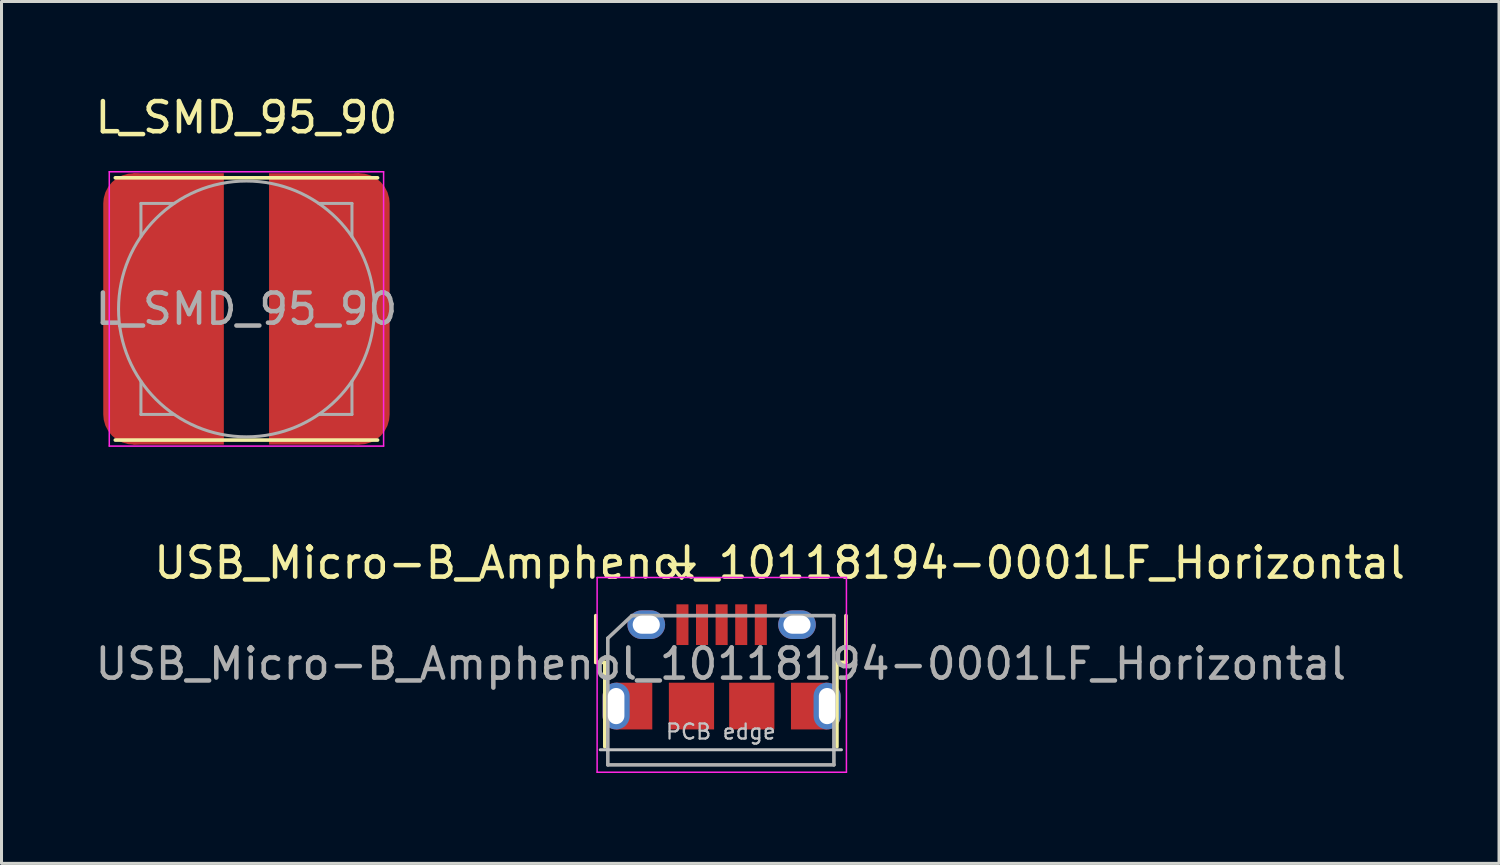
<source format=kicad_pcb>
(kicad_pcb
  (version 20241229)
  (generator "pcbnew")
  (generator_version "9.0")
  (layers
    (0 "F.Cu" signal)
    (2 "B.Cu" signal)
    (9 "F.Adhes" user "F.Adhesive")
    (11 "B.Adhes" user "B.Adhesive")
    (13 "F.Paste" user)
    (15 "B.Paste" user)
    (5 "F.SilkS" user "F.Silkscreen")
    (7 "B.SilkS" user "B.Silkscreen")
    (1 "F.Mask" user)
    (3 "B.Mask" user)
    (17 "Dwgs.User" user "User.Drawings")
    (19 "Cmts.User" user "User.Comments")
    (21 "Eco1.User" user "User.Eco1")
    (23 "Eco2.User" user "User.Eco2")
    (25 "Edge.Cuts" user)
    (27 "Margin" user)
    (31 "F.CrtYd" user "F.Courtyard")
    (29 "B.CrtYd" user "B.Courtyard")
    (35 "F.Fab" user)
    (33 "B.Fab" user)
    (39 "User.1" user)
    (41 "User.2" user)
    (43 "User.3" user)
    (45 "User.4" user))
  (footprint "L_SMD_95_90"
    (layer "F.Cu")
    (at 5.125 7.198)
    (property "Reference" "L_SMD_95_90" (at 0 -6.35 0) (layer "F.SilkS") (effects (font (size 1 1) (thickness 0.15))))
    (attr smd)
    (fp_line (start -4.35 -4.35) (end 4.35 -4.35) (stroke (width 0.12) (type solid)) (layer "F.SilkS"))
    (fp_line (start -4.35 4.35) (end 4.35 4.35) (stroke (width 0.12) (type solid)) (layer "F.SilkS"))
    (fp_line (start -4.55 -4.55) (end -4.55 4.55) (stroke (width 0.05) (type solid)) (layer "F.CrtYd"))
    (fp_line (start -4.55 4.55) (end 4.55 4.55) (stroke (width 0.05) (type solid)) (layer "F.CrtYd"))
    (fp_line (start 4.55 -4.55) (end -4.55 -4.55) (stroke (width 0.05) (type solid)) (layer "F.CrtYd"))
    (fp_line (start 4.55 4.55) (end 4.55 -4.55) (stroke (width 0.05) (type solid)) (layer "F.CrtYd"))
    (fp_line (start -3.5 -3.5) (end -2.4 -3.5) (stroke (width 0.1) (type solid)) (layer "F.Fab"))
    (fp_line (start -3.5 -2.4) (end -3.5 -3.5) (stroke (width 0.1) (type solid)) (layer "F.Fab"))
    (fp_line (start -3.5 2.4) (end -3.5 3.5) (stroke (width 0.1) (type solid)) (layer "F.Fab"))
    (fp_line (start -3.5 3.5) (end -2.4 3.5) (stroke (width 0.1) (type solid)) (layer "F.Fab"))
    (fp_line (start 3.5 -3.5) (end 2.4 -3.5) (stroke (width 0.1) (type solid)) (layer "F.Fab"))
    (fp_line (start 3.5 -3.5) (end 3.5 -2.4) (stroke (width 0.1) (type solid)) (layer "F.Fab"))
    (fp_line (start 3.5 2.4) (end 3.5 3.5) (stroke (width 0.1) (type solid)) (layer "F.Fab"))
    (fp_line (start 3.5 3.5) (end 2.4 3.5) (stroke (width 0.1) (type solid)) (layer "F.Fab"))
    (fp_circle (center 0 0) (end 3 3) (stroke (width 0.1) (type solid)) (fill no) (layer "F.Fab"))
    (fp_text user "${REFERENCE}" (at 0 0 0) (layer "F.Fab") (effects (font (size 1 1) (thickness 0.15))))
    (pad "1" smd roundrect (at -3.75 0) (size 2 9) (layers "F.Cu" "F.Mask" "F.Paste") (roundrect_rratio 0.5))
    (pad "1" smd rect (at -2.25 0) (size 3 9) (layers "F.Cu" "F.Mask" "F.Paste"))
    (pad "2" smd rect (at 2.25 0) (size 3 9) (layers "F.Cu" "F.Mask" "F.Paste"))
    (pad "2" smd roundrect (at 3.75 0) (size 2 9) (layers "F.Cu" "F.Mask" "F.Paste") (roundrect_rratio 0.5)))
  (footprint "USB_Micro-B_Amphenol_10118194-0001LF_Horizontal"
    (layer "F.Cu")
    (at 20.888 20.372)
    (property "Reference" "USB_Micro-B_Amphenol_10118194-0001LF_Horizontal" (at 1.925 -4.75 0) (layer "F.SilkS") (effects (font (size 1 1) (thickness 0.15))))
    (attr smd)
    (fp_line (start -4.175 -1.45) (end -4.175 -3) (stroke (width 0.12) (type solid)) (layer "F.SilkS"))
    (fp_line (start -4.175 -1.45) (end -3.875 -1.45) (stroke (width 0.12) (type solid)) (layer "F.SilkS"))
    (fp_line (start -3.875 1.35) (end -3.875 -1.45) (stroke (width 0.12) (type solid)) (layer "F.SilkS"))
    (fp_line (start -1.725 -4.7) (end -0.925 -4.7) (stroke (width 0.12) (type solid)) (layer "F.SilkS"))
    (fp_line (start -1.325 -4.25) (end -1.725 -4.7) (stroke (width 0.12) (type solid)) (layer "F.SilkS"))
    (fp_line (start -0.925 -4.7) (end -1.325 -4.25) (stroke (width 0.12) (type solid)) (layer "F.SilkS"))
    (fp_line (start 3.825 -1.45) (end 4.125 -1.45) (stroke (width 0.12) (type solid)) (layer "F.SilkS"))
    (fp_line (start 3.825 1.35) (end 3.825 -1.45) (stroke (width 0.12) (type solid)) (layer "F.SilkS"))
    (fp_line (start 4.125 -1.45) (end 4.125 -3) (stroke (width 0.12) (type solid)) (layer "F.SilkS"))
    (fp_line (start -4.025 1.45) (end 3.975 1.45) (stroke (width 0.1) (type solid)) (layer "Dwgs.User"))
    (fp_line (start -4.13 -4.265) (end -4.13 2.195) (stroke (width 0.05) (type solid)) (layer "F.CrtYd"))
    (fp_line (start -4.13 -4.265) (end 4.14 -4.265) (stroke (width 0.05) (type solid)) (layer "F.CrtYd"))
    (fp_line (start 4.14 2.195) (end -4.13 2.195) (stroke (width 0.05) (type solid)) (layer "F.CrtYd"))
    (fp_line (start 4.14 2.195) (end 4.14 -4.265) (stroke (width 0.05) (type solid)) (layer "F.CrtYd"))
    (fp_line (start -3.775 -2.25) (end -2.975 -3) (stroke (width 0.12) (type solid)) (layer "F.Fab"))
    (fp_line (start -3.775 1.95) (end -3.775 -2.25) (stroke (width 0.12) (type solid)) (layer "F.Fab"))
    (fp_line (start -2.975 -3) (end 3.725 -3) (stroke (width 0.12) (type solid)) (layer "F.Fab"))
    (fp_line (start 3.725 -3) (end 3.725 1.95) (stroke (width 0.12) (type solid)) (layer "F.Fab"))
    (fp_line (start 3.725 1.95) (end -3.775 1.95) (stroke (width 0.12) (type solid)) (layer "F.Fab"))
    (fp_text user "PCB edge" (at -0.025 0.85 0) (layer "Dwgs.User") (effects (font (size 0.5 0.5) (thickness 0.075))))
    (fp_text user "${REFERENCE}" (at -0.025 -1.4 0) (layer "F.Fab") (effects (font (size 1 1) (thickness 0.15))))
    (pad "1" smd rect (at -1.3 -2.7 90) (size 1.35 0.4) (layers "F.Cu" "F.Mask" "F.Paste"))
    (pad "2" smd rect (at -0.65 -2.7 90) (size 1.35 0.4) (layers "F.Cu" "F.Mask" "F.Paste"))
    (pad "3" smd rect (at 0 -2.7 90) (size 1.35 0.4) (layers "F.Cu" "F.Mask" "F.Paste"))
    (pad "4" smd rect (at 0.65 -2.7 90) (size 1.35 0.4) (layers "F.Cu" "F.Mask" "F.Paste"))
    (pad "5" smd rect (at 1.3 -2.7 90) (size 1.35 0.4) (layers "F.Cu" "F.Mask" "F.Paste"))
    (pad "6" thru_hole oval (at -3.5 0 90) (size 1.55 0.9) (drill oval 1.2 0.55) (layers "*.Cu" "*.Mask"))
    (pad "6" smd rect (at -2.9 0) (size 1.2 1.55) (layers "F.Cu" "F.Mask" "F.Paste"))
    (pad "6" thru_hole oval (at -2.5 -2.7 180) (size 1.25 0.95) (drill oval 0.9 0.6) (layers "*.Cu" "*.Mask"))
    (pad "6" smd rect (at -1 0 90) (size 1.55 1.5) (layers "F.Cu" "F.Mask" "F.Paste"))
    (pad "6" smd rect (at 1 0 90) (size 1.55 1.5) (layers "F.Cu" "F.Mask" "F.Paste"))
    (pad "6" thru_hole oval (at 2.5 -2.7 180) (size 1.25 0.95) (drill oval 0.9 0.6) (layers "*.Cu" "*.Mask"))
    (pad "6" smd rect (at 2.9 0) (size 1.2 1.55) (layers "F.Cu" "F.Mask" "F.Paste"))
    (pad "6" thru_hole oval (at 3.5 0 90) (size 1.55 0.9) (drill oval 1.2 0.55) (layers "*.Cu" "*.Mask")))
  (gr_rect
    (start -3 -3)
    (end 46.676 25.591)
    (stroke (width 0.1) (type default))
    (fill no)
    (layer "Edge.Cuts")))
</source>
